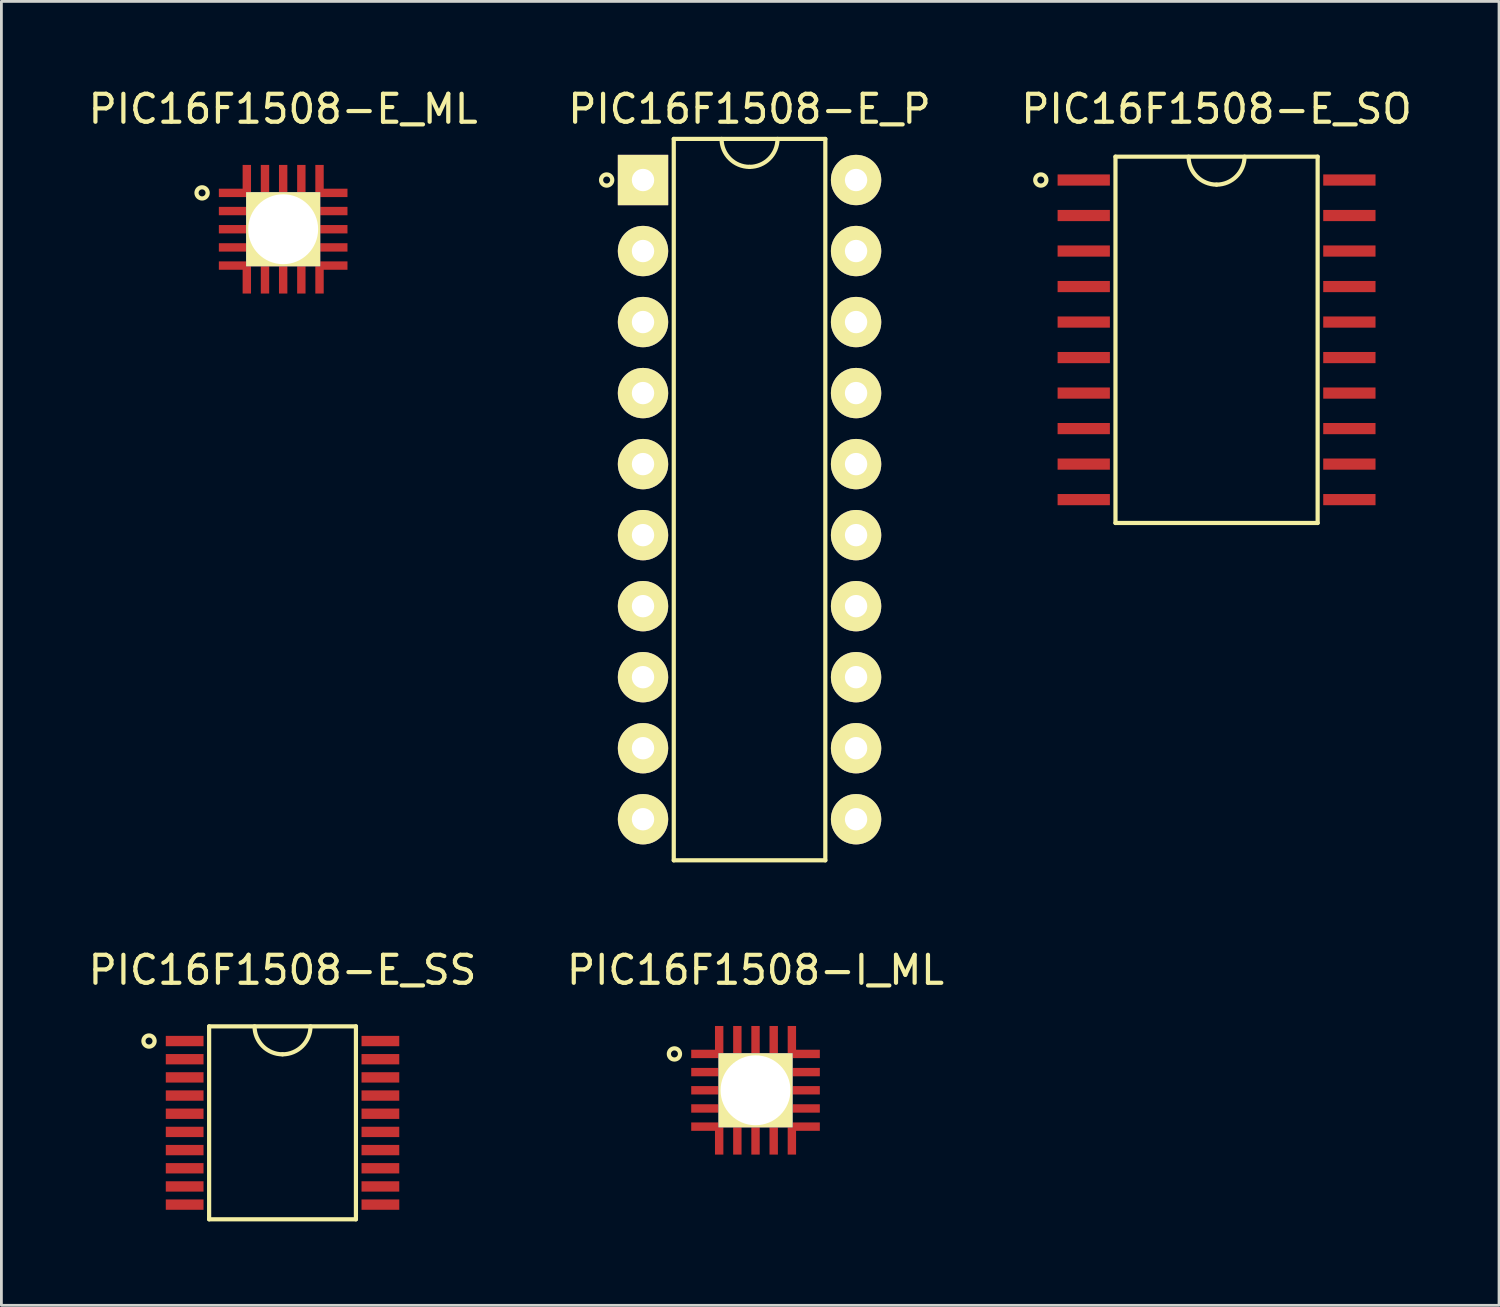
<source format=kicad_pcb>
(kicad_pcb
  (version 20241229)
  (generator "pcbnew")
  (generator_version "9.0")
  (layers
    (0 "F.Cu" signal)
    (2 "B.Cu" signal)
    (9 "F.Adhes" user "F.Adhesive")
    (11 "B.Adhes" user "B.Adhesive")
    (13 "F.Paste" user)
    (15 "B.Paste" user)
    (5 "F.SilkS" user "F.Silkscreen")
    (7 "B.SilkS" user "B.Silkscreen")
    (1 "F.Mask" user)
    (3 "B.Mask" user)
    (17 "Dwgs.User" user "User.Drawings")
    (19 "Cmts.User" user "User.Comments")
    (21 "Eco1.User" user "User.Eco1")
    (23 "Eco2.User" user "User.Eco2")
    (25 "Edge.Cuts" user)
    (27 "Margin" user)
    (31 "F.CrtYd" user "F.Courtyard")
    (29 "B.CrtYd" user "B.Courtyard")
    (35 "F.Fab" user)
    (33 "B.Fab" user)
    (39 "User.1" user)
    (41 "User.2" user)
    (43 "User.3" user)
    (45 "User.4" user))
  (footprint "PIC16F1508-E_SS"
    (layer "F.Cu")
    (at 3.554 34.181)
    (property "Reference" "PIC16F1508-E_SS" (at 3.5 -2.54 0) (layer "F.SilkS") (effects (font (size 1 1) (thickness 0.15))))
    (attr through_hole)
    (fp_line (start 0.875 -0.525) (end 6.125 -0.525) (stroke (width 0.15) (type solid)) (layer "F.SilkS"))
    (fp_line (start 0.875 6.375) (end 0.875 -0.525) (stroke (width 0.15) (type solid)) (layer "F.SilkS"))
    (fp_line (start 6.125 -0.525) (end 6.125 6.375) (stroke (width 0.15) (type solid)) (layer "F.SilkS"))
    (fp_line (start 6.125 6.375) (end 0.875 6.375) (stroke (width 0.15) (type solid)) (layer "F.SilkS"))
    (fp_arc (start 3.5 0.475) (mid 2.792893 0.182107) (end 2.5 -0.525) (stroke (width 0.15) (type solid)) (layer "F.SilkS"))
    (fp_arc (start 4.5 -0.525) (mid 4.207107 0.182107) (end 3.5 0.475) (stroke (width 0.15) (type solid)) (layer "F.SilkS"))
    (fp_circle (center -1.275 0) (end -1.275 0.2) (stroke (width 0.15) (type solid)) (fill no) (layer "F.SilkS"))
    (pad "1" smd rect (at 0 0) (size 1.35 0.37) (layers "F.Cu" "F.Mask" "F.Paste"))
    (pad "2" smd rect (at 0 0.65) (size 1.35 0.37) (layers "F.Cu" "F.Mask" "F.Paste"))
    (pad "3" smd rect (at 0 1.3) (size 1.35 0.37) (layers "F.Cu" "F.Mask" "F.Paste"))
    (pad "4" smd rect (at 0 1.95) (size 1.35 0.37) (layers "F.Cu" "F.Mask" "F.Paste"))
    (pad "5" smd rect (at 0 2.6) (size 1.35 0.37) (layers "F.Cu" "F.Mask" "F.Paste"))
    (pad "6" smd rect (at 0 3.25) (size 1.35 0.37) (layers "F.Cu" "F.Mask" "F.Paste"))
    (pad "7" smd rect (at 0 3.9) (size 1.35 0.37) (layers "F.Cu" "F.Mask" "F.Paste"))
    (pad "8" smd rect (at 0 4.55) (size 1.35 0.37) (layers "F.Cu" "F.Mask" "F.Paste"))
    (pad "9" smd rect (at 0 5.2) (size 1.35 0.37) (layers "F.Cu" "F.Mask" "F.Paste"))
    (pad "10" smd rect (at 0 5.85) (size 1.35 0.37) (layers "F.Cu" "F.Mask" "F.Paste"))
    (pad "11" smd rect (at 7 5.85) (size 1.35 0.37) (layers "F.Cu" "F.Mask" "F.Paste"))
    (pad "12" smd rect (at 7 5.2) (size 1.35 0.37) (layers "F.Cu" "F.Mask" "F.Paste"))
    (pad "13" smd rect (at 7 4.55) (size 1.35 0.37) (layers "F.Cu" "F.Mask" "F.Paste"))
    (pad "14" smd rect (at 7 3.9) (size 1.35 0.37) (layers "F.Cu" "F.Mask" "F.Paste"))
    (pad "15" smd rect (at 7 3.25) (size 1.35 0.37) (layers "F.Cu" "F.Mask" "F.Paste"))
    (pad "16" smd rect (at 7 2.6) (size 1.35 0.37) (layers "F.Cu" "F.Mask" "F.Paste"))
    (pad "17" smd rect (at 7 1.95) (size 1.35 0.37) (layers "F.Cu" "F.Mask" "F.Paste"))
    (pad "18" smd rect (at 7 1.3) (size 1.35 0.37) (layers "F.Cu" "F.Mask" "F.Paste"))
    (pad "19" smd rect (at 7 0.65) (size 1.35 0.37) (layers "F.Cu" "F.Mask" "F.Paste"))
    (pad "20" smd rect (at 7 0) (size 1.35 0.37) (layers "F.Cu" "F.Mask" "F.Paste")))
  (footprint "PIC16F1508-I_ML"
    (layer "F.Cu")
    (at 22.17 34.142)
    (property "Reference" "PIC16F1508-I_ML" (at 1.8 -2.5 0) (layer "F.SilkS") (effects (font (size 1 1) (thickness 0.15))))
    (attr through_hole)
    (fp_line (start 0.7 0.7) (end 0.7 2.9) (stroke (width 0.15) (type solid)) (layer "F.SilkS"))
    (fp_line (start 0.7 0.7) (end 2.9 0.7) (stroke (width 0.15) (type solid)) (layer "F.SilkS"))
    (fp_line (start 0.7 2.9) (end 2.9 2.9) (stroke (width 0.15) (type solid)) (layer "F.SilkS"))
    (fp_line (start 2.9 2.9) (end 2.9 0.7) (stroke (width 0.15) (type solid)) (layer "F.SilkS"))
    (fp_circle (center -1.1 0.5) (end -1.1 0.3) (stroke (width 0.15) (type solid)) (fill no) (layer "F.SilkS"))
    (fp_circle (center 1.7 1.7) (end 1.7 1.2) (stroke (width 0.15) (type solid)) (fill no) (layer "F.SilkS"))
    (pad "1" smd rect (at 0 0.5) (size 1 0.3) (layers "F.Cu" "F.Mask" "F.Paste"))
    (pad "2" smd rect (at 0 1.15) (size 1 0.3) (layers "F.Cu" "F.Mask" "F.Paste"))
    (pad "3" smd rect (at 0 1.8) (size 1 0.3) (layers "F.Cu" "F.Mask" "F.Paste"))
    (pad "4" smd rect (at 0 2.45) (size 1 0.3) (layers "F.Cu" "F.Mask" "F.Paste"))
    (pad "5" smd rect (at 0 3.1) (size 1 0.3) (layers "F.Cu" "F.Mask" "F.Paste"))
    (pad "6" smd rect (at 0.5 3.6) (size 0.3 1) (layers "F.Cu" "F.Mask" "F.Paste"))
    (pad "7" smd rect (at 1.15 3.6) (size 0.3 1) (layers "F.Cu" "F.Mask" "F.Paste"))
    (pad "8" smd rect (at 1.8 3.6) (size 0.3 1) (layers "F.Cu" "F.Mask" "F.Paste"))
    (pad "9" smd rect (at 2.45 3.6) (size 0.3 1) (layers "F.Cu" "F.Mask" "F.Paste"))
    (pad "10" smd rect (at 3.1 3.6) (size 0.3 1) (layers "F.Cu" "F.Mask" "F.Paste"))
    (pad "11" smd rect (at 3.6 3.1) (size 1 0.3) (layers "F.Cu" "F.Mask" "F.Paste"))
    (pad "12" smd rect (at 3.6 2.45) (size 1 0.3) (layers "F.Cu" "F.Mask" "F.Paste"))
    (pad "13" smd rect (at 3.6 1.8) (size 1 0.3) (layers "F.Cu" "F.Mask" "F.Paste"))
    (pad "14" smd rect (at 3.6 1.15) (size 1 0.3) (layers "F.Cu" "F.Mask" "F.Paste"))
    (pad "15" smd rect (at 3.6 0.5) (size 1 0.3) (layers "F.Cu" "F.Mask" "F.Paste"))
    (pad "16" smd rect (at 3.1 0) (size 0.3 1) (layers "F.Cu" "F.Mask" "F.Paste"))
    (pad "17" smd rect (at 2.45 0) (size 0.3 1) (layers "F.Cu" "F.Mask" "F.Paste"))
    (pad "18" smd rect (at 1.8 0) (size 0.3 1) (layers "F.Cu" "F.Mask" "F.Paste"))
    (pad "19" smd rect (at 1.15 0) (size 0.3 1) (layers "F.Cu" "F.Mask" "F.Paste"))
    (pad "20" smd rect (at 0.5 0) (size 0.3 1) (layers "F.Cu" "F.Mask" "F.Paste"))
    (pad "999" thru_hole rect (at 1.8 1.8) (size 2.65 2.65) (drill 2.5) (layers "*.Cu" "*.Mask" "F.SilkS")))
  (footprint "PIC16F1508-E_P"
    (layer "F.Cu")
    (at 19.946 3.388)
    (property "Reference" "PIC16F1508-E_P" (at 3.81 -2.54 0) (layer "F.SilkS") (effects (font (size 1 1) (thickness 0.15))))
    (attr through_hole)
    (fp_line (start 1.1 -1.47) (end 6.52 -1.47) (stroke (width 0.15) (type solid)) (layer "F.SilkS"))
    (fp_line (start 1.1 24.33) (end 1.1 -1.47) (stroke (width 0.15) (type solid)) (layer "F.SilkS"))
    (fp_line (start 6.52 -1.47) (end 6.52 24.33) (stroke (width 0.15) (type solid)) (layer "F.SilkS"))
    (fp_line (start 6.52 24.33) (end 1.1 24.33) (stroke (width 0.15) (type solid)) (layer "F.SilkS"))
    (fp_arc (start 3.81 -0.47) (mid 3.102893 -0.762893) (end 2.81 -1.47) (stroke (width 0.15) (type solid)) (layer "F.SilkS"))
    (fp_arc (start 4.81 -1.47) (mid 4.517107 -0.762893) (end 3.81 -0.47) (stroke (width 0.15) (type solid)) (layer "F.SilkS"))
    (fp_circle (center -1.3 0) (end -1.3 0.2) (stroke (width 0.15) (type solid)) (fill no) (layer "F.SilkS"))
    (pad "1" thru_hole rect (at 0 0) (size 1.8 1.8) (drill 0.8) (layers "*.Cu" "*.Mask" "F.SilkS"))
    (pad "2" thru_hole circle (at 0 2.54) (size 1.8 1.8) (drill 0.8) (layers "*.Cu" "*.Mask" "F.SilkS"))
    (pad "3" thru_hole circle (at 0 5.08) (size 1.8 1.8) (drill 0.8) (layers "*.Cu" "*.Mask" "F.SilkS"))
    (pad "4" thru_hole circle (at 0 7.62) (size 1.8 1.8) (drill 0.8) (layers "*.Cu" "*.Mask" "F.SilkS"))
    (pad "5" thru_hole circle (at 0 10.16) (size 1.8 1.8) (drill 0.8) (layers "*.Cu" "*.Mask" "F.SilkS"))
    (pad "6" thru_hole circle (at 0 12.7) (size 1.8 1.8) (drill 0.8) (layers "*.Cu" "*.Mask" "F.SilkS"))
    (pad "7" thru_hole circle (at 0 15.24) (size 1.8 1.8) (drill 0.8) (layers "*.Cu" "*.Mask" "F.SilkS"))
    (pad "8" thru_hole circle (at 0 17.78) (size 1.8 1.8) (drill 0.8) (layers "*.Cu" "*.Mask" "F.SilkS"))
    (pad "9" thru_hole circle (at 0 20.32) (size 1.8 1.8) (drill 0.8) (layers "*.Cu" "*.Mask" "F.SilkS"))
    (pad "10" thru_hole circle (at 0 22.86) (size 1.8 1.8) (drill 0.8) (layers "*.Cu" "*.Mask" "F.SilkS"))
    (pad "11" thru_hole circle (at 7.62 22.86) (size 1.8 1.8) (drill 0.8) (layers "*.Cu" "*.Mask" "F.SilkS"))
    (pad "12" thru_hole circle (at 7.62 20.32) (size 1.8 1.8) (drill 0.8) (layers "*.Cu" "*.Mask" "F.SilkS"))
    (pad "13" thru_hole circle (at 7.62 17.78) (size 1.8 1.8) (drill 0.8) (layers "*.Cu" "*.Mask" "F.SilkS"))
    (pad "14" thru_hole circle (at 7.62 15.24) (size 1.8 1.8) (drill 0.8) (layers "*.Cu" "*.Mask" "F.SilkS"))
    (pad "15" thru_hole circle (at 7.62 12.7) (size 1.8 1.8) (drill 0.8) (layers "*.Cu" "*.Mask" "F.SilkS"))
    (pad "16" thru_hole circle (at 7.62 10.16) (size 1.8 1.8) (drill 0.8) (layers "*.Cu" "*.Mask" "F.SilkS"))
    (pad "17" thru_hole circle (at 7.62 7.62) (size 1.8 1.8) (drill 0.8) (layers "*.Cu" "*.Mask" "F.SilkS"))
    (pad "18" thru_hole circle (at 7.62 5.08) (size 1.8 1.8) (drill 0.8) (layers "*.Cu" "*.Mask" "F.SilkS"))
    (pad "19" thru_hole circle (at 7.62 2.54) (size 1.8 1.8) (drill 0.8) (layers "*.Cu" "*.Mask" "F.SilkS"))
    (pad "20" thru_hole circle (at 7.62 0) (size 1.8 1.8) (drill 0.8) (layers "*.Cu" "*.Mask" "F.SilkS")))
  (footprint "PIC16F1508-E_SO"
    (layer "F.Cu")
    (at 35.708 3.388)
    (property "Reference" "PIC16F1508-E_SO" (at 4.75 -2.54 0) (layer "F.SilkS") (effects (font (size 1 1) (thickness 0.15))))
    (attr through_hole)
    (fp_line (start 1.135 -0.835) (end 8.365 -0.835) (stroke (width 0.15) (type solid)) (layer "F.SilkS"))
    (fp_line (start 1.135 12.265) (end 1.135 -0.835) (stroke (width 0.15) (type solid)) (layer "F.SilkS"))
    (fp_line (start 8.365 -0.835) (end 8.365 12.265) (stroke (width 0.15) (type solid)) (layer "F.SilkS"))
    (fp_line (start 8.365 12.265) (end 1.135 12.265) (stroke (width 0.15) (type solid)) (layer "F.SilkS"))
    (fp_arc (start 4.75 0.165) (mid 4.042893 -0.127893) (end 3.75 -0.835) (stroke (width 0.15) (type solid)) (layer "F.SilkS"))
    (fp_arc (start 5.75 -0.835) (mid 5.457107 -0.127893) (end 4.75 0.165) (stroke (width 0.15) (type solid)) (layer "F.SilkS"))
    (fp_circle (center -1.535 0) (end -1.535 0.2) (stroke (width 0.15) (type solid)) (fill no) (layer "F.SilkS"))
    (pad "1" smd rect (at 0 0) (size 1.87 0.4) (layers "F.Cu" "F.Mask" "F.Paste"))
    (pad "2" smd rect (at 0 1.27) (size 1.87 0.4) (layers "F.Cu" "F.Mask" "F.Paste"))
    (pad "3" smd rect (at 0 2.54) (size 1.87 0.4) (layers "F.Cu" "F.Mask" "F.Paste"))
    (pad "4" smd rect (at 0 3.81) (size 1.87 0.4) (layers "F.Cu" "F.Mask" "F.Paste"))
    (pad "5" smd rect (at 0 5.08) (size 1.87 0.4) (layers "F.Cu" "F.Mask" "F.Paste"))
    (pad "6" smd rect (at 0 6.35) (size 1.87 0.4) (layers "F.Cu" "F.Mask" "F.Paste"))
    (pad "7" smd rect (at 0 7.62) (size 1.87 0.4) (layers "F.Cu" "F.Mask" "F.Paste"))
    (pad "8" smd rect (at 0 8.89) (size 1.87 0.4) (layers "F.Cu" "F.Mask" "F.Paste"))
    (pad "9" smd rect (at 0 10.16) (size 1.87 0.4) (layers "F.Cu" "F.Mask" "F.Paste"))
    (pad "10" smd rect (at 0 11.43) (size 1.87 0.4) (layers "F.Cu" "F.Mask" "F.Paste"))
    (pad "11" smd rect (at 9.5 11.43) (size 1.87 0.4) (layers "F.Cu" "F.Mask" "F.Paste"))
    (pad "12" smd rect (at 9.5 10.16) (size 1.87 0.4) (layers "F.Cu" "F.Mask" "F.Paste"))
    (pad "13" smd rect (at 9.5 8.89) (size 1.87 0.4) (layers "F.Cu" "F.Mask" "F.Paste"))
    (pad "14" smd rect (at 9.5 7.62) (size 1.87 0.4) (layers "F.Cu" "F.Mask" "F.Paste"))
    (pad "15" smd rect (at 9.5 6.35) (size 1.87 0.4) (layers "F.Cu" "F.Mask" "F.Paste"))
    (pad "16" smd rect (at 9.5 5.08) (size 1.87 0.4) (layers "F.Cu" "F.Mask" "F.Paste"))
    (pad "17" smd rect (at 9.5 3.81) (size 1.87 0.4) (layers "F.Cu" "F.Mask" "F.Paste"))
    (pad "18" smd rect (at 9.5 2.54) (size 1.87 0.4) (layers "F.Cu" "F.Mask" "F.Paste"))
    (pad "19" smd rect (at 9.5 1.27) (size 1.87 0.4) (layers "F.Cu" "F.Mask" "F.Paste"))
    (pad "20" smd rect (at 9.5 0) (size 1.87 0.4) (layers "F.Cu" "F.Mask" "F.Paste")))
  (footprint "PIC16F1508-E_ML"
    (layer "F.Cu")
    (at 5.277 3.348)
    (property "Reference" "PIC16F1508-E_ML" (at 1.8 -2.5 0) (layer "F.SilkS") (effects (font (size 1 1) (thickness 0.15))))
    (attr through_hole)
    (fp_line (start 0.7 0.7) (end 0.7 2.9) (stroke (width 0.15) (type solid)) (layer "F.SilkS"))
    (fp_line (start 0.7 0.7) (end 2.9 0.7) (stroke (width 0.15) (type solid)) (layer "F.SilkS"))
    (fp_line (start 0.7 2.9) (end 2.9 2.9) (stroke (width 0.15) (type solid)) (layer "F.SilkS"))
    (fp_line (start 2.9 2.9) (end 2.9 0.7) (stroke (width 0.15) (type solid)) (layer "F.SilkS"))
    (fp_circle (center -1.1 0.5) (end -1.1 0.3) (stroke (width 0.15) (type solid)) (fill no) (layer "F.SilkS"))
    (fp_circle (center 1.7 1.7) (end 1.7 1.2) (stroke (width 0.15) (type solid)) (fill no) (layer "F.SilkS"))
    (pad "1" smd rect (at 0 0.5) (size 1 0.3) (layers "F.Cu" "F.Mask" "F.Paste"))
    (pad "2" smd rect (at 0 1.15) (size 1 0.3) (layers "F.Cu" "F.Mask" "F.Paste"))
    (pad "3" smd rect (at 0 1.8) (size 1 0.3) (layers "F.Cu" "F.Mask" "F.Paste"))
    (pad "4" smd rect (at 0 2.45) (size 1 0.3) (layers "F.Cu" "F.Mask" "F.Paste"))
    (pad "5" smd rect (at 0 3.1) (size 1 0.3) (layers "F.Cu" "F.Mask" "F.Paste"))
    (pad "6" smd rect (at 0.5 3.6) (size 0.3 1) (layers "F.Cu" "F.Mask" "F.Paste"))
    (pad "7" smd rect (at 1.15 3.6) (size 0.3 1) (layers "F.Cu" "F.Mask" "F.Paste"))
    (pad "8" smd rect (at 1.8 3.6) (size 0.3 1) (layers "F.Cu" "F.Mask" "F.Paste"))
    (pad "9" smd rect (at 2.45 3.6) (size 0.3 1) (layers "F.Cu" "F.Mask" "F.Paste"))
    (pad "10" smd rect (at 3.1 3.6) (size 0.3 1) (layers "F.Cu" "F.Mask" "F.Paste"))
    (pad "11" smd rect (at 3.6 3.1) (size 1 0.3) (layers "F.Cu" "F.Mask" "F.Paste"))
    (pad "12" smd rect (at 3.6 2.45) (size 1 0.3) (layers "F.Cu" "F.Mask" "F.Paste"))
    (pad "13" smd rect (at 3.6 1.8) (size 1 0.3) (layers "F.Cu" "F.Mask" "F.Paste"))
    (pad "14" smd rect (at 3.6 1.15) (size 1 0.3) (layers "F.Cu" "F.Mask" "F.Paste"))
    (pad "15" smd rect (at 3.6 0.5) (size 1 0.3) (layers "F.Cu" "F.Mask" "F.Paste"))
    (pad "16" smd rect (at 3.1 0) (size 0.3 1) (layers "F.Cu" "F.Mask" "F.Paste"))
    (pad "17" smd rect (at 2.45 0) (size 0.3 1) (layers "F.Cu" "F.Mask" "F.Paste"))
    (pad "18" smd rect (at 1.8 0) (size 0.3 1) (layers "F.Cu" "F.Mask" "F.Paste"))
    (pad "19" smd rect (at 1.15 0) (size 0.3 1) (layers "F.Cu" "F.Mask" "F.Paste"))
    (pad "20" smd rect (at 0.5 0) (size 0.3 1) (layers "F.Cu" "F.Mask" "F.Paste"))
    (pad "999" thru_hole rect (at 1.8 1.8) (size 2.65 2.65) (drill 2.5) (layers "*.Cu" "*.Mask" "F.SilkS")))
  (gr_rect
    (start -3 -3)
    (end 50.56 43.632)
    (stroke (width 0.1) (type default))
    (fill no)
    (layer "Edge.Cuts")))
</source>
